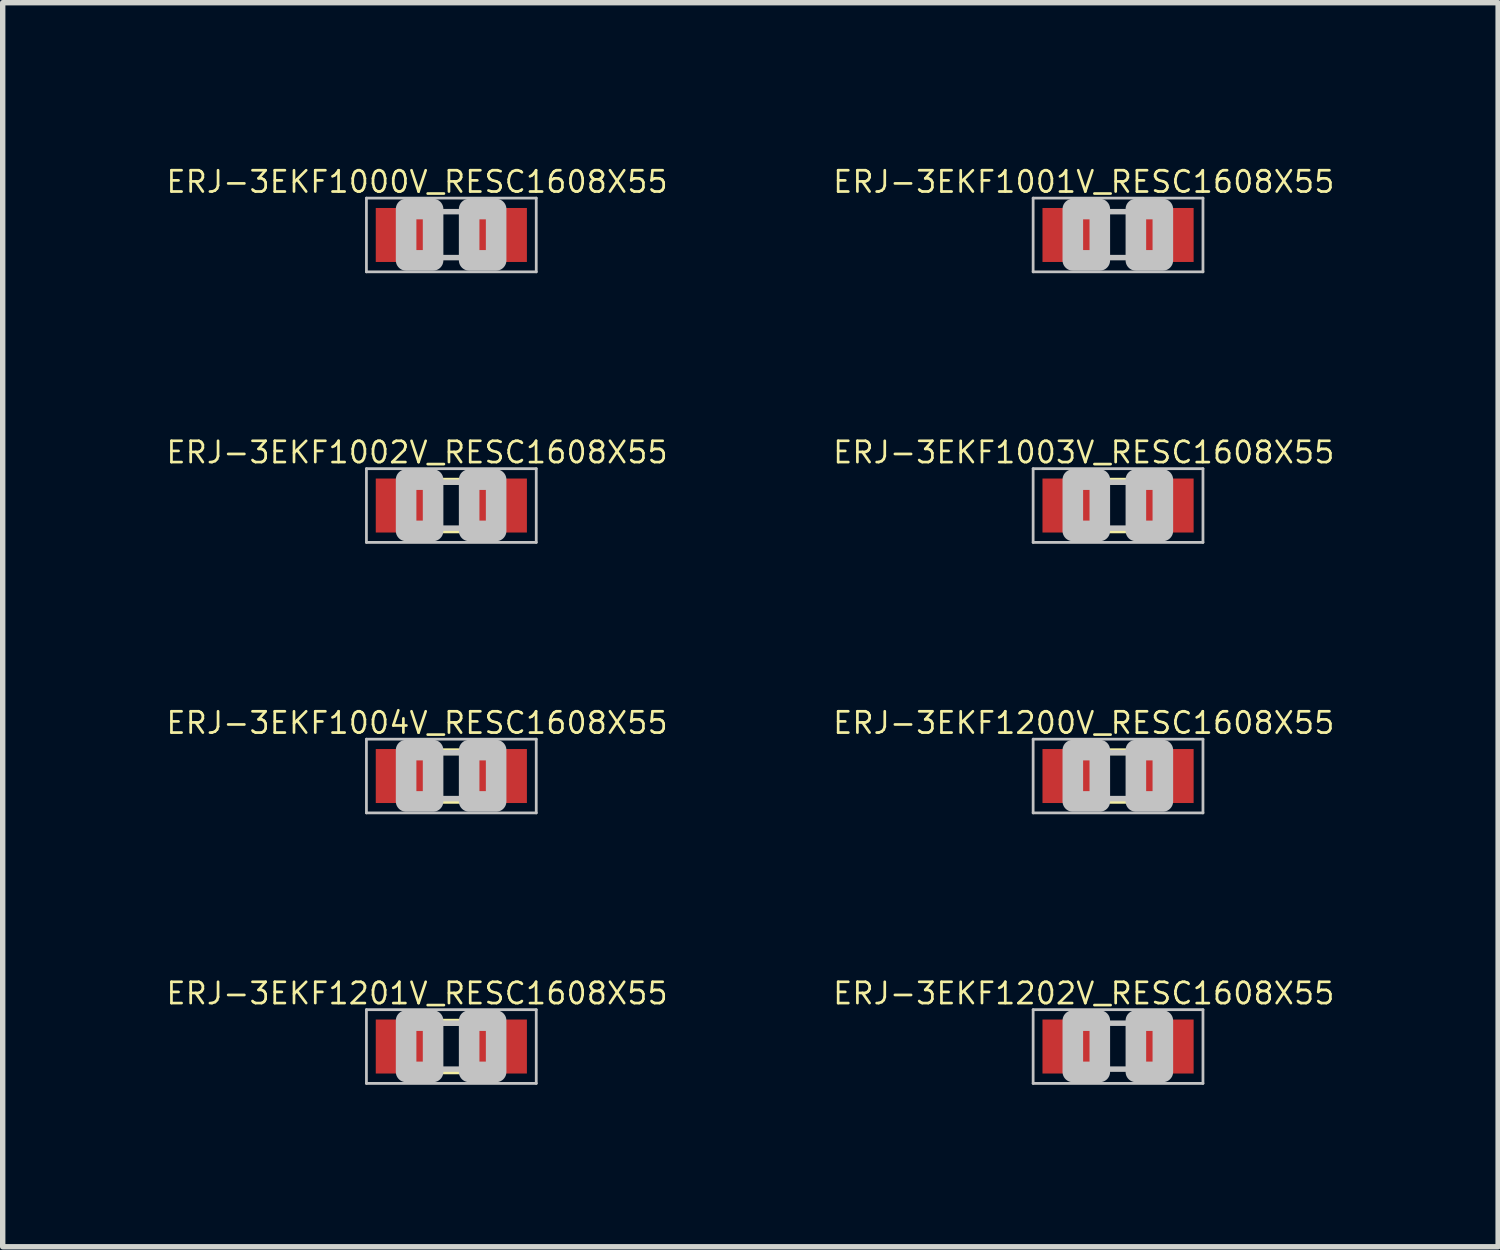
<source format=kicad_pcb>
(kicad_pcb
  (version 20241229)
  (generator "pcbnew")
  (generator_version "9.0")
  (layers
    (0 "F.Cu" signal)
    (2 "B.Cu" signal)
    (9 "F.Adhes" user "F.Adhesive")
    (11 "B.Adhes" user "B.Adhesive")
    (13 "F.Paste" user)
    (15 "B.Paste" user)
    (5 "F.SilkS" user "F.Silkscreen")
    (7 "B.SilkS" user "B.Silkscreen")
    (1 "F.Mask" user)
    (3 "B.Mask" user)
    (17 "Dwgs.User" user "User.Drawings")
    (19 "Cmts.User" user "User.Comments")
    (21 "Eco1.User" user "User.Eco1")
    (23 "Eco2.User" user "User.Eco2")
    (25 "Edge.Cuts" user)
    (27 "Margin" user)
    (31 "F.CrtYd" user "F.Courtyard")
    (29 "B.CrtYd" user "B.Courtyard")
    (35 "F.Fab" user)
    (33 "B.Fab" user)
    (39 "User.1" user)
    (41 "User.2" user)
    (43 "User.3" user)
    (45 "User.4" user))
  (footprint "ERJ-3EKF1003V_RESC1608X55"
    (layer "F.Cu")
    (at 17.662 6.315)
    (property "Reference" "ERJ-3EKF1003V_RESC1608X55" (at -0.635 -0.985 0) (layer "F.SilkS") (effects (font (size 0.394 0.394) (thickness 0.05))))
    (attr smd)
    (fp_line (start -0.15 -0.45) (end 0.15 -0.45) (stroke (width 0.127) (type solid)) (layer "F.SilkS"))
    (fp_line (start -0.15 0.45) (end 0.15 0.45) (stroke (width 0.127) (type solid)) (layer "F.SilkS"))
    (fp_line (start -1.573 -0.683) (end 1.573 -0.683) (stroke (width 0.051) (type solid)) (layer "Dwgs.User"))
    (fp_line (start -1.573 0.683) (end -1.573 -0.683) (stroke (width 0.051) (type solid)) (layer "Dwgs.User"))
    (fp_line (start -0.356 -0.432) (end 0.356 -0.432) (stroke (width 0.102) (type solid)) (layer "Dwgs.User"))
    (fp_line (start -0.356 0.419) (end 0.356 0.419) (stroke (width 0.102) (type solid)) (layer "Dwgs.User"))
    (fp_line (start 1.573 -0.683) (end 1.573 0.683) (stroke (width 0.051) (type solid)) (layer "Dwgs.User"))
    (fp_line (start 1.573 0.683) (end -1.573 0.683) (stroke (width 0.051) (type solid)) (layer "Dwgs.User"))
    (fp_poly (pts (xy -0.838 -0.48) (xy -0.338 -0.48) (xy -0.338 0.47) (xy -0.838 0.47)) (stroke (width 0.381) (type solid)) (fill no) (layer "Dwgs.User"))
    (fp_poly (pts (xy 0.33 -0.48) (xy 0.83 -0.48) (xy 0.83 0.47) (xy 0.33 0.47)) (stroke (width 0.381) (type solid)) (fill no) (layer "Dwgs.User"))
    (pad "1" smd rect (at -0.85 0) (size 1.1 1) (layers "F.Cu" "F.Mask" "F.Paste"))
    (pad "2" smd rect (at 0.85 0) (size 1.1 1) (layers "F.Cu" "F.Mask" "F.Paste")))
  (footprint "ERJ-3EKF1202V_RESC1608X55"
    (layer "F.Cu")
    (at 17.662 16.337)
    (property "Reference" "ERJ-3EKF1202V_RESC1608X55" (at -0.635 -0.985 0) (layer "F.SilkS") (effects (font (size 0.394 0.394) (thickness 0.05))))
    (attr smd)
    (fp_line (start -1.573 -0.683) (end 1.573 -0.683) (stroke (width 0.051) (type solid)) (layer "Dwgs.User"))
    (fp_line (start -1.573 0.683) (end -1.573 -0.683) (stroke (width 0.051) (type solid)) (layer "Dwgs.User"))
    (fp_line (start -0.356 -0.432) (end 0.356 -0.432) (stroke (width 0.102) (type solid)) (layer "Dwgs.User"))
    (fp_line (start -0.356 0.419) (end 0.356 0.419) (stroke (width 0.102) (type solid)) (layer "Dwgs.User"))
    (fp_line (start 1.573 -0.683) (end 1.573 0.683) (stroke (width 0.051) (type solid)) (layer "Dwgs.User"))
    (fp_line (start 1.573 0.683) (end -1.573 0.683) (stroke (width 0.051) (type solid)) (layer "Dwgs.User"))
    (fp_poly (pts (xy -0.838 -0.48) (xy -0.338 -0.48) (xy -0.338 0.47) (xy -0.838 0.47)) (stroke (width 0.381) (type solid)) (fill no) (layer "Dwgs.User"))
    (fp_poly (pts (xy 0.33 -0.48) (xy 0.83 -0.48) (xy 0.83 0.47) (xy 0.33 0.47)) (stroke (width 0.381) (type solid)) (fill no) (layer "Dwgs.User"))
    (pad "1" smd rect (at -0.85 0) (size 1.1 1) (layers "F.Cu" "F.Mask" "F.Paste"))
    (pad "2" smd rect (at 0.85 0) (size 1.1 1) (layers "F.Cu" "F.Mask" "F.Paste")))
  (footprint "ERJ-3EKF1004V_RESC1608X55"
    (layer "F.Cu")
    (at 5.311 11.326)
    (property "Reference" "ERJ-3EKF1004V_RESC1608X55" (at -0.635 -0.985 0) (layer "F.SilkS") (effects (font (size 0.394 0.394) (thickness 0.05))))
    (attr smd)
    (fp_line (start -0.15 -0.45) (end 0.15 -0.45) (stroke (width 0.127) (type solid)) (layer "F.SilkS"))
    (fp_line (start -0.15 0.45) (end 0.15 0.45) (stroke (width 0.127) (type solid)) (layer "F.SilkS"))
    (fp_line (start -1.573 -0.683) (end 1.573 -0.683) (stroke (width 0.051) (type solid)) (layer "Dwgs.User"))
    (fp_line (start -1.573 0.683) (end -1.573 -0.683) (stroke (width 0.051) (type solid)) (layer "Dwgs.User"))
    (fp_line (start -0.356 -0.432) (end 0.356 -0.432) (stroke (width 0.102) (type solid)) (layer "Dwgs.User"))
    (fp_line (start -0.356 0.419) (end 0.356 0.419) (stroke (width 0.102) (type solid)) (layer "Dwgs.User"))
    (fp_line (start 1.573 -0.683) (end 1.573 0.683) (stroke (width 0.051) (type solid)) (layer "Dwgs.User"))
    (fp_line (start 1.573 0.683) (end -1.573 0.683) (stroke (width 0.051) (type solid)) (layer "Dwgs.User"))
    (fp_poly (pts (xy -0.838 -0.48) (xy -0.338 -0.48) (xy -0.338 0.47) (xy -0.838 0.47)) (stroke (width 0.381) (type solid)) (fill no) (layer "Dwgs.User"))
    (fp_poly (pts (xy 0.33 -0.48) (xy 0.83 -0.48) (xy 0.83 0.47) (xy 0.33 0.47)) (stroke (width 0.381) (type solid)) (fill no) (layer "Dwgs.User"))
    (pad "1" smd rect (at -0.85 0) (size 1.1 1) (layers "F.Cu" "F.Mask" "F.Paste"))
    (pad "2" smd rect (at 0.85 0) (size 1.1 1) (layers "F.Cu" "F.Mask" "F.Paste")))
  (footprint "ERJ-3EKF1200V_RESC1608X55"
    (layer "F.Cu")
    (at 17.662 11.326)
    (property "Reference" "ERJ-3EKF1200V_RESC1608X55" (at -0.635 -0.985 0) (layer "F.SilkS") (effects (font (size 0.394 0.394) (thickness 0.05))))
    (attr smd)
    (fp_line (start -0.15 -0.45) (end 0.15 -0.45) (stroke (width 0.127) (type solid)) (layer "F.SilkS"))
    (fp_line (start -0.15 0.45) (end 0.15 0.45) (stroke (width 0.127) (type solid)) (layer "F.SilkS"))
    (fp_line (start -1.573 -0.683) (end 1.573 -0.683) (stroke (width 0.051) (type solid)) (layer "Dwgs.User"))
    (fp_line (start -1.573 0.683) (end -1.573 -0.683) (stroke (width 0.051) (type solid)) (layer "Dwgs.User"))
    (fp_line (start -0.356 -0.432) (end 0.356 -0.432) (stroke (width 0.102) (type solid)) (layer "Dwgs.User"))
    (fp_line (start -0.356 0.419) (end 0.356 0.419) (stroke (width 0.102) (type solid)) (layer "Dwgs.User"))
    (fp_line (start 1.573 -0.683) (end 1.573 0.683) (stroke (width 0.051) (type solid)) (layer "Dwgs.User"))
    (fp_line (start 1.573 0.683) (end -1.573 0.683) (stroke (width 0.051) (type solid)) (layer "Dwgs.User"))
    (fp_poly (pts (xy -0.838 -0.48) (xy -0.338 -0.48) (xy -0.338 0.47) (xy -0.838 0.47)) (stroke (width 0.381) (type solid)) (fill no) (layer "Dwgs.User"))
    (fp_poly (pts (xy 0.33 -0.48) (xy 0.83 -0.48) (xy 0.83 0.47) (xy 0.33 0.47)) (stroke (width 0.381) (type solid)) (fill no) (layer "Dwgs.User"))
    (pad "1" smd rect (at -0.85 0) (size 1.1 1) (layers "F.Cu" "F.Mask" "F.Paste"))
    (pad "2" smd rect (at 0.85 0) (size 1.1 1) (layers "F.Cu" "F.Mask" "F.Paste")))
  (footprint "ERJ-3EKF1001V_RESC1608X55"
    (layer "F.Cu")
    (at 17.662 1.303)
    (property "Reference" "ERJ-3EKF1001V_RESC1608X55" (at -0.635 -0.985 0) (layer "F.SilkS") (effects (font (size 0.394 0.394) (thickness 0.05))))
    (attr smd)
    (fp_line (start -1.573 -0.683) (end 1.573 -0.683) (stroke (width 0.051) (type solid)) (layer "Dwgs.User"))
    (fp_line (start -1.573 0.683) (end -1.573 -0.683) (stroke (width 0.051) (type solid)) (layer "Dwgs.User"))
    (fp_line (start -0.356 -0.432) (end 0.356 -0.432) (stroke (width 0.102) (type solid)) (layer "Dwgs.User"))
    (fp_line (start -0.356 0.419) (end 0.356 0.419) (stroke (width 0.102) (type solid)) (layer "Dwgs.User"))
    (fp_line (start 1.573 -0.683) (end 1.573 0.683) (stroke (width 0.051) (type solid)) (layer "Dwgs.User"))
    (fp_line (start 1.573 0.683) (end -1.573 0.683) (stroke (width 0.051) (type solid)) (layer "Dwgs.User"))
    (fp_poly (pts (xy -0.838 -0.48) (xy -0.338 -0.48) (xy -0.338 0.47) (xy -0.838 0.47)) (stroke (width 0.381) (type solid)) (fill no) (layer "Dwgs.User"))
    (fp_poly (pts (xy 0.33 -0.48) (xy 0.83 -0.48) (xy 0.83 0.47) (xy 0.33 0.47)) (stroke (width 0.381) (type solid)) (fill no) (layer "Dwgs.User"))
    (pad "1" smd rect (at -0.85 0) (size 1.1 1) (layers "F.Cu" "F.Mask" "F.Paste"))
    (pad "2" smd rect (at 0.85 0) (size 1.1 1) (layers "F.Cu" "F.Mask" "F.Paste")))
  (footprint "ERJ-3EKF1002V_RESC1608X55"
    (layer "F.Cu")
    (at 5.311 6.315)
    (property "Reference" "ERJ-3EKF1002V_RESC1608X55" (at -0.635 -0.985 0) (layer "F.SilkS") (effects (font (size 0.394 0.394) (thickness 0.05))))
    (attr smd)
    (fp_line (start -0.15 -0.45) (end 0.15 -0.45) (stroke (width 0.127) (type solid)) (layer "F.SilkS"))
    (fp_line (start -0.15 0.45) (end 0.15 0.45) (stroke (width 0.127) (type solid)) (layer "F.SilkS"))
    (fp_line (start -1.573 -0.683) (end 1.573 -0.683) (stroke (width 0.051) (type solid)) (layer "Dwgs.User"))
    (fp_line (start -1.573 0.683) (end -1.573 -0.683) (stroke (width 0.051) (type solid)) (layer "Dwgs.User"))
    (fp_line (start -0.356 -0.432) (end 0.356 -0.432) (stroke (width 0.102) (type solid)) (layer "Dwgs.User"))
    (fp_line (start -0.356 0.419) (end 0.356 0.419) (stroke (width 0.102) (type solid)) (layer "Dwgs.User"))
    (fp_line (start 1.573 -0.683) (end 1.573 0.683) (stroke (width 0.051) (type solid)) (layer "Dwgs.User"))
    (fp_line (start 1.573 0.683) (end -1.573 0.683) (stroke (width 0.051) (type solid)) (layer "Dwgs.User"))
    (fp_poly (pts (xy -0.838 -0.48) (xy -0.338 -0.48) (xy -0.338 0.47) (xy -0.838 0.47)) (stroke (width 0.381) (type solid)) (fill no) (layer "Dwgs.User"))
    (fp_poly (pts (xy 0.33 -0.48) (xy 0.83 -0.48) (xy 0.83 0.47) (xy 0.33 0.47)) (stroke (width 0.381) (type solid)) (fill no) (layer "Dwgs.User"))
    (pad "1" smd rect (at -0.85 0) (size 1.1 1) (layers "F.Cu" "F.Mask" "F.Paste"))
    (pad "2" smd rect (at 0.85 0) (size 1.1 1) (layers "F.Cu" "F.Mask" "F.Paste")))
  (footprint "ERJ-3EKF1201V_RESC1608X55"
    (layer "F.Cu")
    (at 5.311 16.337)
    (property "Reference" "ERJ-3EKF1201V_RESC1608X55" (at -0.635 -0.985 0) (layer "F.SilkS") (effects (font (size 0.394 0.394) (thickness 0.05))))
    (attr smd)
    (fp_line (start -0.15 -0.45) (end 0.15 -0.45) (stroke (width 0.127) (type solid)) (layer "F.SilkS"))
    (fp_line (start -0.15 0.45) (end 0.15 0.45) (stroke (width 0.127) (type solid)) (layer "F.SilkS"))
    (fp_line (start -1.573 -0.683) (end 1.573 -0.683) (stroke (width 0.051) (type solid)) (layer "Dwgs.User"))
    (fp_line (start -1.573 0.683) (end -1.573 -0.683) (stroke (width 0.051) (type solid)) (layer "Dwgs.User"))
    (fp_line (start -0.356 -0.432) (end 0.356 -0.432) (stroke (width 0.102) (type solid)) (layer "Dwgs.User"))
    (fp_line (start -0.356 0.419) (end 0.356 0.419) (stroke (width 0.102) (type solid)) (layer "Dwgs.User"))
    (fp_line (start 1.573 -0.683) (end 1.573 0.683) (stroke (width 0.051) (type solid)) (layer "Dwgs.User"))
    (fp_line (start 1.573 0.683) (end -1.573 0.683) (stroke (width 0.051) (type solid)) (layer "Dwgs.User"))
    (fp_poly (pts (xy -0.838 -0.48) (xy -0.338 -0.48) (xy -0.338 0.47) (xy -0.838 0.47)) (stroke (width 0.381) (type solid)) (fill no) (layer "Dwgs.User"))
    (fp_poly (pts (xy 0.33 -0.48) (xy 0.83 -0.48) (xy 0.83 0.47) (xy 0.33 0.47)) (stroke (width 0.381) (type solid)) (fill no) (layer "Dwgs.User"))
    (pad "1" smd rect (at -0.85 0) (size 1.1 1) (layers "F.Cu" "F.Mask" "F.Paste"))
    (pad "2" smd rect (at 0.85 0) (size 1.1 1) (layers "F.Cu" "F.Mask" "F.Paste")))
  (footprint "ERJ-3EKF1000V_RESC1608X55"
    (layer "F.Cu")
    (at 5.311 1.303)
    (property "Reference" "ERJ-3EKF1000V_RESC1608X55" (at -0.635 -0.985 0) (layer "F.SilkS") (effects (font (size 0.394 0.394) (thickness 0.05))))
    (attr smd)
    (fp_line (start -1.573 -0.683) (end 1.573 -0.683) (stroke (width 0.051) (type solid)) (layer "Dwgs.User"))
    (fp_line (start -1.573 0.683) (end -1.573 -0.683) (stroke (width 0.051) (type solid)) (layer "Dwgs.User"))
    (fp_line (start -0.356 -0.432) (end 0.356 -0.432) (stroke (width 0.102) (type solid)) (layer "Dwgs.User"))
    (fp_line (start -0.356 0.419) (end 0.356 0.419) (stroke (width 0.102) (type solid)) (layer "Dwgs.User"))
    (fp_line (start 1.573 -0.683) (end 1.573 0.683) (stroke (width 0.051) (type solid)) (layer "Dwgs.User"))
    (fp_line (start 1.573 0.683) (end -1.573 0.683) (stroke (width 0.051) (type solid)) (layer "Dwgs.User"))
    (fp_poly (pts (xy -0.838 -0.48) (xy -0.338 -0.48) (xy -0.338 0.47) (xy -0.838 0.47)) (stroke (width 0.381) (type solid)) (fill no) (layer "Dwgs.User"))
    (fp_poly (pts (xy 0.33 -0.48) (xy 0.83 -0.48) (xy 0.83 0.47) (xy 0.33 0.47)) (stroke (width 0.381) (type solid)) (fill no) (layer "Dwgs.User"))
    (pad "1" smd rect (at -0.85 0) (size 1.1 1) (layers "F.Cu" "F.Mask" "F.Paste"))
    (pad "2" smd rect (at 0.85 0) (size 1.1 1) (layers "F.Cu" "F.Mask" "F.Paste")))
  (gr_rect
    (start -3 -3)
    (end 24.703 20.046)
    (stroke (width 0.1) (type default))
    (fill no)
    (layer "Edge.Cuts")))
</source>
